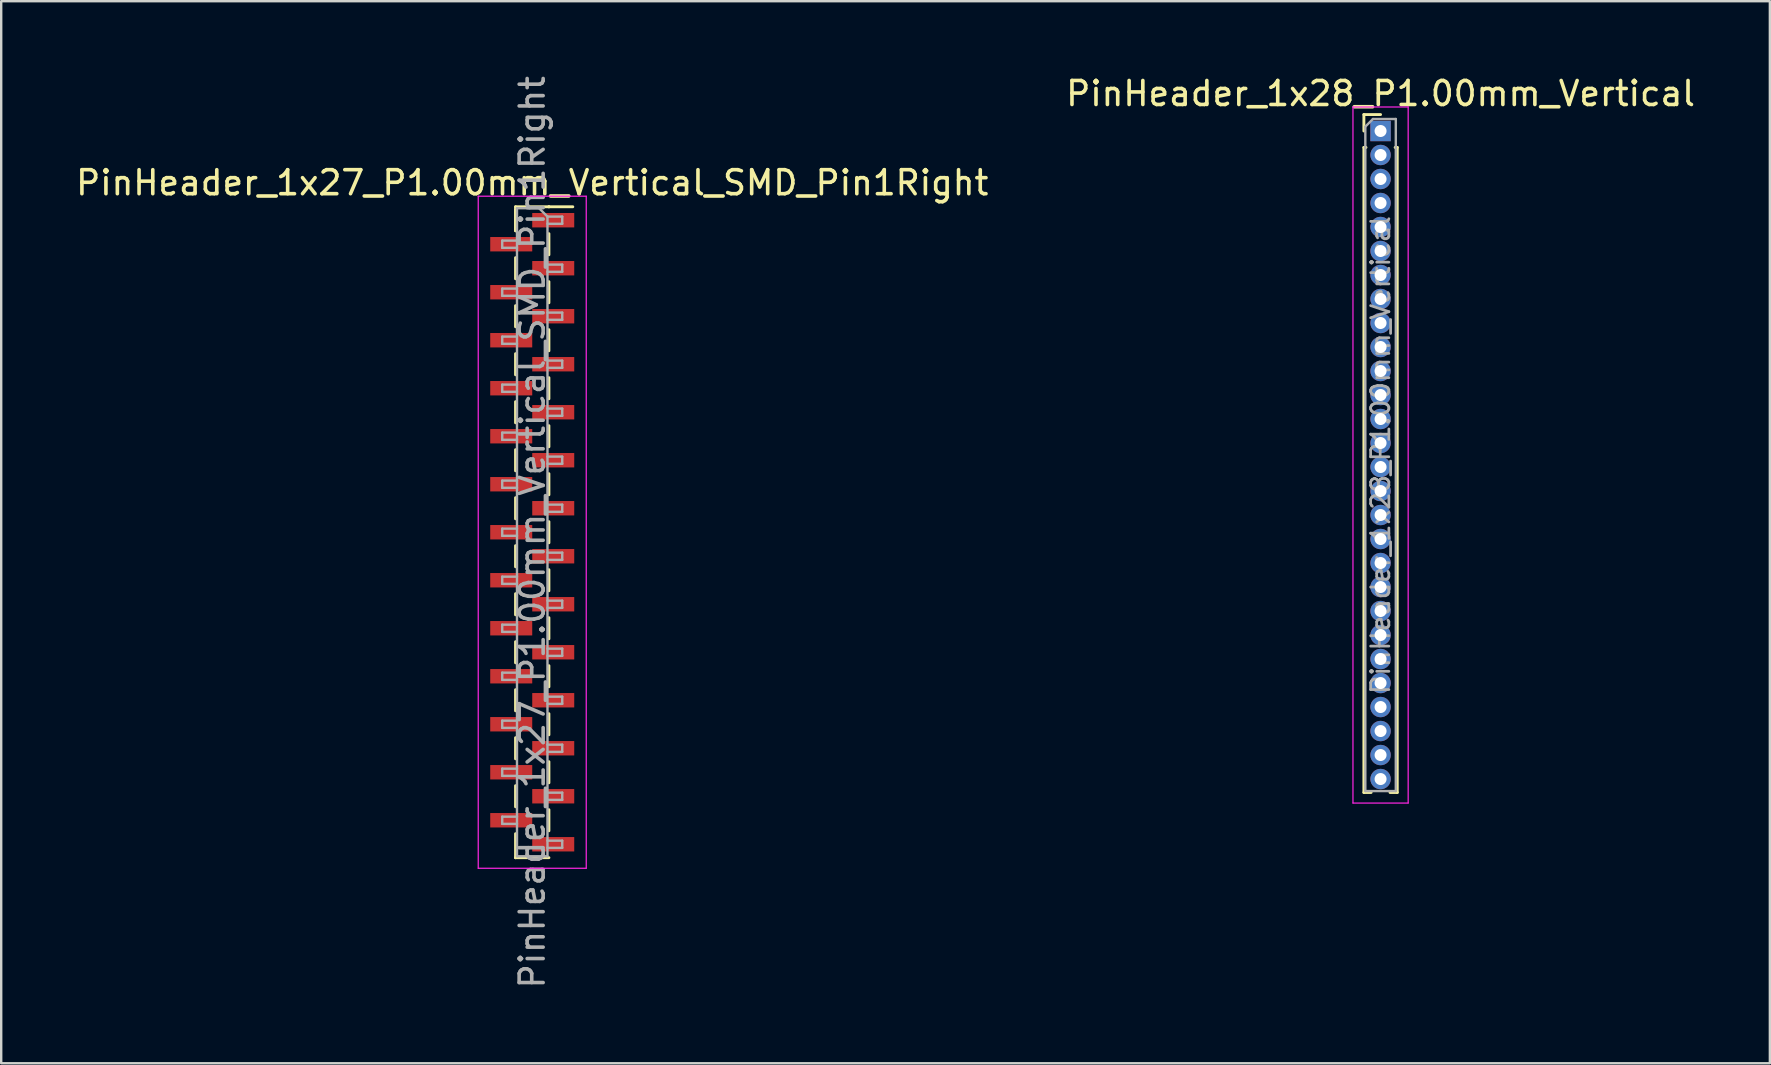
<source format=kicad_pcb>
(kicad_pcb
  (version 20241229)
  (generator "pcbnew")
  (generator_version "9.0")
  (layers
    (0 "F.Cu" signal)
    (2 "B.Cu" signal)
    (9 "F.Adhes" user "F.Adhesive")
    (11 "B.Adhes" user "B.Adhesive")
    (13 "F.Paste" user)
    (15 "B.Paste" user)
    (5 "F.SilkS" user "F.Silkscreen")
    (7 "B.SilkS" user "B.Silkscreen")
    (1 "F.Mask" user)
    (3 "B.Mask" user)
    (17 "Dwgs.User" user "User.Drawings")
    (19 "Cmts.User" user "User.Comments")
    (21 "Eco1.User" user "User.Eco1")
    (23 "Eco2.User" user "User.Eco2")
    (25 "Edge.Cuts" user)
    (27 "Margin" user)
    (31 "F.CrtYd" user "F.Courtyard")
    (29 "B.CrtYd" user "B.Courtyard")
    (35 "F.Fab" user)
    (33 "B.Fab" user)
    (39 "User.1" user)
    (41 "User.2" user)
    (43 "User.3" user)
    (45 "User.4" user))
  (footprint "PinHeader_1x28_P1.00mm_Vertical"
    (layer "F.Cu")
    (at 54.47 2.408)
    (property "Reference" "PinHeader_1x28_P1.00mm_Vertical" (at 0 -1.56 0) (layer "F.SilkS") (effects (font (size 1 1) (thickness 0.15))))
    (attr through_hole)
    (fp_line (start -0.695 -0.685) (end 0 -0.685) (stroke (width 0.12) (type solid)) (layer "F.SilkS"))
    (fp_line (start -0.695 0) (end -0.695 -0.685) (stroke (width 0.12) (type solid)) (layer "F.SilkS"))
    (fp_line (start -0.695 0.685) (end -0.695 27.56) (stroke (width 0.12) (type solid)) (layer "F.SilkS"))
    (fp_line (start -0.695 0.685) (end -0.608 0.685) (stroke (width 0.12) (type solid)) (layer "F.SilkS"))
    (fp_line (start -0.695 27.56) (end -0.394 27.56) (stroke (width 0.12) (type solid)) (layer "F.SilkS"))
    (fp_line (start 0.394 27.56) (end 0.695 27.56) (stroke (width 0.12) (type solid)) (layer "F.SilkS"))
    (fp_line (start 0.608 0.685) (end 0.695 0.685) (stroke (width 0.12) (type solid)) (layer "F.SilkS"))
    (fp_line (start 0.695 0.685) (end 0.695 27.56) (stroke (width 0.12) (type solid)) (layer "F.SilkS"))
    (fp_line (start -1.15 -1) (end -1.15 28) (stroke (width 0.05) (type solid)) (layer "F.CrtYd"))
    (fp_line (start -1.15 28) (end 1.15 28) (stroke (width 0.05) (type solid)) (layer "F.CrtYd"))
    (fp_line (start 1.15 -1) (end -1.15 -1) (stroke (width 0.05) (type solid)) (layer "F.CrtYd"))
    (fp_line (start 1.15 28) (end 1.15 -1) (stroke (width 0.05) (type solid)) (layer "F.CrtYd"))
    (fp_line (start -0.635 -0.182) (end -0.318 -0.5) (stroke (width 0.1) (type solid)) (layer "F.Fab"))
    (fp_line (start -0.635 27.5) (end -0.635 -0.182) (stroke (width 0.1) (type solid)) (layer "F.Fab"))
    (fp_line (start -0.318 -0.5) (end 0.635 -0.5) (stroke (width 0.1) (type solid)) (layer "F.Fab"))
    (fp_line (start 0.635 -0.5) (end 0.635 27.5) (stroke (width 0.1) (type solid)) (layer "F.Fab"))
    (fp_line (start 0.635 27.5) (end -0.635 27.5) (stroke (width 0.1) (type solid)) (layer "F.Fab"))
    (fp_text user "${REFERENCE}" (at 0 13.5 90) (layer "F.Fab") (effects (font (size 0.76 0.76) (thickness 0.114))))
    (pad "1" thru_hole rect (at 0 0) (size 0.85 0.85) (drill 0.5) (layers "*.Cu" "*.Mask"))
    (pad "2" thru_hole oval (at 0 1) (size 0.85 0.85) (drill 0.5) (layers "*.Cu" "*.Mask"))
    (pad "3" thru_hole oval (at 0 2) (size 0.85 0.85) (drill 0.5) (layers "*.Cu" "*.Mask"))
    (pad "4" thru_hole oval (at 0 3) (size 0.85 0.85) (drill 0.5) (layers "*.Cu" "*.Mask"))
    (pad "5" thru_hole oval (at 0 4) (size 0.85 0.85) (drill 0.5) (layers "*.Cu" "*.Mask"))
    (pad "6" thru_hole oval (at 0 5) (size 0.85 0.85) (drill 0.5) (layers "*.Cu" "*.Mask"))
    (pad "7" thru_hole oval (at 0 6) (size 0.85 0.85) (drill 0.5) (layers "*.Cu" "*.Mask"))
    (pad "8" thru_hole oval (at 0 7) (size 0.85 0.85) (drill 0.5) (layers "*.Cu" "*.Mask"))
    (pad "9" thru_hole oval (at 0 8) (size 0.85 0.85) (drill 0.5) (layers "*.Cu" "*.Mask"))
    (pad "10" thru_hole oval (at 0 9) (size 0.85 0.85) (drill 0.5) (layers "*.Cu" "*.Mask"))
    (pad "11" thru_hole oval (at 0 10) (size 0.85 0.85) (drill 0.5) (layers "*.Cu" "*.Mask"))
    (pad "12" thru_hole oval (at 0 11) (size 0.85 0.85) (drill 0.5) (layers "*.Cu" "*.Mask"))
    (pad "13" thru_hole oval (at 0 12) (size 0.85 0.85) (drill 0.5) (layers "*.Cu" "*.Mask"))
    (pad "14" thru_hole oval (at 0 13) (size 0.85 0.85) (drill 0.5) (layers "*.Cu" "*.Mask"))
    (pad "15" thru_hole oval (at 0 14) (size 0.85 0.85) (drill 0.5) (layers "*.Cu" "*.Mask"))
    (pad "16" thru_hole oval (at 0 15) (size 0.85 0.85) (drill 0.5) (layers "*.Cu" "*.Mask"))
    (pad "17" thru_hole oval (at 0 16) (size 0.85 0.85) (drill 0.5) (layers "*.Cu" "*.Mask"))
    (pad "18" thru_hole oval (at 0 17) (size 0.85 0.85) (drill 0.5) (layers "*.Cu" "*.Mask"))
    (pad "19" thru_hole oval (at 0 18) (size 0.85 0.85) (drill 0.5) (layers "*.Cu" "*.Mask"))
    (pad "20" thru_hole oval (at 0 19) (size 0.85 0.85) (drill 0.5) (layers "*.Cu" "*.Mask"))
    (pad "21" thru_hole oval (at 0 20) (size 0.85 0.85) (drill 0.5) (layers "*.Cu" "*.Mask"))
    (pad "22" thru_hole oval (at 0 21) (size 0.85 0.85) (drill 0.5) (layers "*.Cu" "*.Mask"))
    (pad "23" thru_hole oval (at 0 22) (size 0.85 0.85) (drill 0.5) (layers "*.Cu" "*.Mask"))
    (pad "24" thru_hole oval (at 0 23) (size 0.85 0.85) (drill 0.5) (layers "*.Cu" "*.Mask"))
    (pad "25" thru_hole oval (at 0 24) (size 0.85 0.85) (drill 0.5) (layers "*.Cu" "*.Mask"))
    (pad "26" thru_hole oval (at 0 25) (size 0.85 0.85) (drill 0.5) (layers "*.Cu" "*.Mask"))
    (pad "27" thru_hole oval (at 0 26) (size 0.85 0.85) (drill 0.5) (layers "*.Cu" "*.Mask"))
    (pad "28" thru_hole oval (at 0 27) (size 0.85 0.85) (drill 0.5) (layers "*.Cu" "*.Mask")))
  (footprint "PinHeader_1x27_P1.00mm_Vertical_SMD_Pin1Right"
    (layer "F.Cu")
    (at 19.125 19.125)
    (property "Reference" "PinHeader_1x27_P1.00mm_Vertical_SMD_Pin1Right" (at 0 -14.56 0) (layer "F.SilkS") (effects (font (size 1 1) (thickness 0.15))))
    (attr smd)
    (fp_line (start -0.695 -13.56) (end -0.695 -12.56) (stroke (width 0.12) (type solid)) (layer "F.SilkS"))
    (fp_line (start -0.695 -13.56) (end 0.695 -13.56) (stroke (width 0.12) (type solid)) (layer "F.SilkS"))
    (fp_line (start -0.695 -13.44) (end -0.695 -12.56) (stroke (width 0.12) (type solid)) (layer "F.SilkS"))
    (fp_line (start -0.695 -11.44) (end -0.695 -10.56) (stroke (width 0.12) (type solid)) (layer "F.SilkS"))
    (fp_line (start -0.695 -9.44) (end -0.695 -8.56) (stroke (width 0.12) (type solid)) (layer "F.SilkS"))
    (fp_line (start -0.695 -7.44) (end -0.695 -6.56) (stroke (width 0.12) (type solid)) (layer "F.SilkS"))
    (fp_line (start -0.695 -5.44) (end -0.695 -4.56) (stroke (width 0.12) (type solid)) (layer "F.SilkS"))
    (fp_line (start -0.695 -3.44) (end -0.695 -2.56) (stroke (width 0.12) (type solid)) (layer "F.SilkS"))
    (fp_line (start -0.695 -1.44) (end -0.695 -0.56) (stroke (width 0.12) (type solid)) (layer "F.SilkS"))
    (fp_line (start -0.695 0.56) (end -0.695 1.44) (stroke (width 0.12) (type solid)) (layer "F.SilkS"))
    (fp_line (start -0.695 2.56) (end -0.695 3.44) (stroke (width 0.12) (type solid)) (layer "F.SilkS"))
    (fp_line (start -0.695 4.56) (end -0.695 5.44) (stroke (width 0.12) (type solid)) (layer "F.SilkS"))
    (fp_line (start -0.695 6.56) (end -0.695 7.44) (stroke (width 0.12) (type solid)) (layer "F.SilkS"))
    (fp_line (start -0.695 8.56) (end -0.695 9.44) (stroke (width 0.12) (type solid)) (layer "F.SilkS"))
    (fp_line (start -0.695 10.56) (end -0.695 11.44) (stroke (width 0.12) (type solid)) (layer "F.SilkS"))
    (fp_line (start -0.695 12.56) (end -0.695 13.56) (stroke (width 0.12) (type solid)) (layer "F.SilkS"))
    (fp_line (start -0.695 13.56) (end -0.695 13.56) (stroke (width 0.12) (type solid)) (layer "F.SilkS"))
    (fp_line (start -0.695 13.56) (end 0.695 13.56) (stroke (width 0.12) (type solid)) (layer "F.SilkS"))
    (fp_line (start 0.695 -13.56) (end 0.695 -13.56) (stroke (width 0.12) (type solid)) (layer "F.SilkS"))
    (fp_line (start 0.695 -13.56) (end 1.69 -13.56) (stroke (width 0.12) (type solid)) (layer "F.SilkS"))
    (fp_line (start 0.695 -12.44) (end 0.695 -11.56) (stroke (width 0.12) (type solid)) (layer "F.SilkS"))
    (fp_line (start 0.695 -10.44) (end 0.695 -9.56) (stroke (width 0.12) (type solid)) (layer "F.SilkS"))
    (fp_line (start 0.695 -8.44) (end 0.695 -7.56) (stroke (width 0.12) (type solid)) (layer "F.SilkS"))
    (fp_line (start 0.695 -6.44) (end 0.695 -5.56) (stroke (width 0.12) (type solid)) (layer "F.SilkS"))
    (fp_line (start 0.695 -4.44) (end 0.695 -3.56) (stroke (width 0.12) (type solid)) (layer "F.SilkS"))
    (fp_line (start 0.695 -2.44) (end 0.695 -1.56) (stroke (width 0.12) (type solid)) (layer "F.SilkS"))
    (fp_line (start 0.695 -0.44) (end 0.695 0.44) (stroke (width 0.12) (type solid)) (layer "F.SilkS"))
    (fp_line (start 0.695 1.56) (end 0.695 2.44) (stroke (width 0.12) (type solid)) (layer "F.SilkS"))
    (fp_line (start 0.695 3.56) (end 0.695 4.44) (stroke (width 0.12) (type solid)) (layer "F.SilkS"))
    (fp_line (start 0.695 5.56) (end 0.695 6.44) (stroke (width 0.12) (type solid)) (layer "F.SilkS"))
    (fp_line (start 0.695 7.56) (end 0.695 8.44) (stroke (width 0.12) (type solid)) (layer "F.SilkS"))
    (fp_line (start 0.695 9.56) (end 0.695 10.44) (stroke (width 0.12) (type solid)) (layer "F.SilkS"))
    (fp_line (start 0.695 11.56) (end 0.695 12.44) (stroke (width 0.12) (type solid)) (layer "F.SilkS"))
    (fp_line (start -2.25 -14) (end -2.25 14) (stroke (width 0.05) (type solid)) (layer "F.CrtYd"))
    (fp_line (start -2.25 14) (end 2.25 14) (stroke (width 0.05) (type solid)) (layer "F.CrtYd"))
    (fp_line (start 2.25 -14) (end -2.25 -14) (stroke (width 0.05) (type solid)) (layer "F.CrtYd"))
    (fp_line (start 2.25 14) (end 2.25 -14) (stroke (width 0.05) (type solid)) (layer "F.CrtYd"))
    (fp_line (start -1.25 -12.15) (end -1.25 -11.85) (stroke (width 0.1) (type solid)) (layer "F.Fab"))
    (fp_line (start -1.25 -11.85) (end -0.635 -11.85) (stroke (width 0.1) (type solid)) (layer "F.Fab"))
    (fp_line (start -1.25 -10.15) (end -1.25 -9.85) (stroke (width 0.1) (type solid)) (layer "F.Fab"))
    (fp_line (start -1.25 -9.85) (end -0.635 -9.85) (stroke (width 0.1) (type solid)) (layer "F.Fab"))
    (fp_line (start -1.25 -8.15) (end -1.25 -7.85) (stroke (width 0.1) (type solid)) (layer "F.Fab"))
    (fp_line (start -1.25 -7.85) (end -0.635 -7.85) (stroke (width 0.1) (type solid)) (layer "F.Fab"))
    (fp_line (start -1.25 -6.15) (end -1.25 -5.85) (stroke (width 0.1) (type solid)) (layer "F.Fab"))
    (fp_line (start -1.25 -5.85) (end -0.635 -5.85) (stroke (width 0.1) (type solid)) (layer "F.Fab"))
    (fp_line (start -1.25 -4.15) (end -1.25 -3.85) (stroke (width 0.1) (type solid)) (layer "F.Fab"))
    (fp_line (start -1.25 -3.85) (end -0.635 -3.85) (stroke (width 0.1) (type solid)) (layer "F.Fab"))
    (fp_line (start -1.25 -2.15) (end -1.25 -1.85) (stroke (width 0.1) (type solid)) (layer "F.Fab"))
    (fp_line (start -1.25 -1.85) (end -0.635 -1.85) (stroke (width 0.1) (type solid)) (layer "F.Fab"))
    (fp_line (start -1.25 -0.15) (end -1.25 0.15) (stroke (width 0.1) (type solid)) (layer "F.Fab"))
    (fp_line (start -1.25 0.15) (end -0.635 0.15) (stroke (width 0.1) (type solid)) (layer "F.Fab"))
    (fp_line (start -1.25 1.85) (end -1.25 2.15) (stroke (width 0.1) (type solid)) (layer "F.Fab"))
    (fp_line (start -1.25 2.15) (end -0.635 2.15) (stroke (width 0.1) (type solid)) (layer "F.Fab"))
    (fp_line (start -1.25 3.85) (end -1.25 4.15) (stroke (width 0.1) (type solid)) (layer "F.Fab"))
    (fp_line (start -1.25 4.15) (end -0.635 4.15) (stroke (width 0.1) (type solid)) (layer "F.Fab"))
    (fp_line (start -1.25 5.85) (end -1.25 6.15) (stroke (width 0.1) (type solid)) (layer "F.Fab"))
    (fp_line (start -1.25 6.15) (end -0.635 6.15) (stroke (width 0.1) (type solid)) (layer "F.Fab"))
    (fp_line (start -1.25 7.85) (end -1.25 8.15) (stroke (width 0.1) (type solid)) (layer "F.Fab"))
    (fp_line (start -1.25 8.15) (end -0.635 8.15) (stroke (width 0.1) (type solid)) (layer "F.Fab"))
    (fp_line (start -1.25 9.85) (end -1.25 10.15) (stroke (width 0.1) (type solid)) (layer "F.Fab"))
    (fp_line (start -1.25 10.15) (end -0.635 10.15) (stroke (width 0.1) (type solid)) (layer "F.Fab"))
    (fp_line (start -1.25 11.85) (end -1.25 12.15) (stroke (width 0.1) (type solid)) (layer "F.Fab"))
    (fp_line (start -1.25 12.15) (end -0.635 12.15) (stroke (width 0.1) (type solid)) (layer "F.Fab"))
    (fp_line (start -0.635 -13.5) (end -0.635 13.5) (stroke (width 0.1) (type solid)) (layer "F.Fab"))
    (fp_line (start -0.635 -13.5) (end 0.285 -13.5) (stroke (width 0.1) (type solid)) (layer "F.Fab"))
    (fp_line (start -0.635 -12.15) (end -1.25 -12.15) (stroke (width 0.1) (type solid)) (layer "F.Fab"))
    (fp_line (start -0.635 -10.15) (end -1.25 -10.15) (stroke (width 0.1) (type solid)) (layer "F.Fab"))
    (fp_line (start -0.635 -8.15) (end -1.25 -8.15) (stroke (width 0.1) (type solid)) (layer "F.Fab"))
    (fp_line (start -0.635 -6.15) (end -1.25 -6.15) (stroke (width 0.1) (type solid)) (layer "F.Fab"))
    (fp_line (start -0.635 -4.15) (end -1.25 -4.15) (stroke (width 0.1) (type solid)) (layer "F.Fab"))
    (fp_line (start -0.635 -2.15) (end -1.25 -2.15) (stroke (width 0.1) (type solid)) (layer "F.Fab"))
    (fp_line (start -0.635 -0.15) (end -1.25 -0.15) (stroke (width 0.1) (type solid)) (layer "F.Fab"))
    (fp_line (start -0.635 1.85) (end -1.25 1.85) (stroke (width 0.1) (type solid)) (layer "F.Fab"))
    (fp_line (start -0.635 3.85) (end -1.25 3.85) (stroke (width 0.1) (type solid)) (layer "F.Fab"))
    (fp_line (start -0.635 5.85) (end -1.25 5.85) (stroke (width 0.1) (type solid)) (layer "F.Fab"))
    (fp_line (start -0.635 7.85) (end -1.25 7.85) (stroke (width 0.1) (type solid)) (layer "F.Fab"))
    (fp_line (start -0.635 9.85) (end -1.25 9.85) (stroke (width 0.1) (type solid)) (layer "F.Fab"))
    (fp_line (start -0.635 11.85) (end -1.25 11.85) (stroke (width 0.1) (type solid)) (layer "F.Fab"))
    (fp_line (start 0.635 -13.15) (end 0.285 -13.5) (stroke (width 0.1) (type solid)) (layer "F.Fab"))
    (fp_line (start 0.635 -13.15) (end 1.25 -13.15) (stroke (width 0.1) (type solid)) (layer "F.Fab"))
    (fp_line (start 0.635 -11.15) (end 1.25 -11.15) (stroke (width 0.1) (type solid)) (layer "F.Fab"))
    (fp_line (start 0.635 -9.15) (end 1.25 -9.15) (stroke (width 0.1) (type solid)) (layer "F.Fab"))
    (fp_line (start 0.635 -7.15) (end 1.25 -7.15) (stroke (width 0.1) (type solid)) (layer "F.Fab"))
    (fp_line (start 0.635 -5.15) (end 1.25 -5.15) (stroke (width 0.1) (type solid)) (layer "F.Fab"))
    (fp_line (start 0.635 -3.15) (end 1.25 -3.15) (stroke (width 0.1) (type solid)) (layer "F.Fab"))
    (fp_line (start 0.635 -1.15) (end 1.25 -1.15) (stroke (width 0.1) (type solid)) (layer "F.Fab"))
    (fp_line (start 0.635 0.85) (end 1.25 0.85) (stroke (width 0.1) (type solid)) (layer "F.Fab"))
    (fp_line (start 0.635 2.85) (end 1.25 2.85) (stroke (width 0.1) (type solid)) (layer "F.Fab"))
    (fp_line (start 0.635 4.85) (end 1.25 4.85) (stroke (width 0.1) (type solid)) (layer "F.Fab"))
    (fp_line (start 0.635 6.85) (end 1.25 6.85) (stroke (width 0.1) (type solid)) (layer "F.Fab"))
    (fp_line (start 0.635 8.85) (end 1.25 8.85) (stroke (width 0.1) (type solid)) (layer "F.Fab"))
    (fp_line (start 0.635 10.85) (end 1.25 10.85) (stroke (width 0.1) (type solid)) (layer "F.Fab"))
    (fp_line (start 0.635 12.85) (end 1.25 12.85) (stroke (width 0.1) (type solid)) (layer "F.Fab"))
    (fp_line (start 0.635 13.5) (end -0.635 13.5) (stroke (width 0.1) (type solid)) (layer "F.Fab"))
    (fp_line (start 0.635 13.5) (end 0.635 -13.15) (stroke (width 0.1) (type solid)) (layer "F.Fab"))
    (fp_line (start 1.25 -13.15) (end 1.25 -12.85) (stroke (width 0.1) (type solid)) (layer "F.Fab"))
    (fp_line (start 1.25 -12.85) (end 0.635 -12.85) (stroke (width 0.1) (type solid)) (layer "F.Fab"))
    (fp_line (start 1.25 -11.15) (end 1.25 -10.85) (stroke (width 0.1) (type solid)) (layer "F.Fab"))
    (fp_line (start 1.25 -10.85) (end 0.635 -10.85) (stroke (width 0.1) (type solid)) (layer "F.Fab"))
    (fp_line (start 1.25 -9.15) (end 1.25 -8.85) (stroke (width 0.1) (type solid)) (layer "F.Fab"))
    (fp_line (start 1.25 -8.85) (end 0.635 -8.85) (stroke (width 0.1) (type solid)) (layer "F.Fab"))
    (fp_line (start 1.25 -7.15) (end 1.25 -6.85) (stroke (width 0.1) (type solid)) (layer "F.Fab"))
    (fp_line (start 1.25 -6.85) (end 0.635 -6.85) (stroke (width 0.1) (type solid)) (layer "F.Fab"))
    (fp_line (start 1.25 -5.15) (end 1.25 -4.85) (stroke (width 0.1) (type solid)) (layer "F.Fab"))
    (fp_line (start 1.25 -4.85) (end 0.635 -4.85) (stroke (width 0.1) (type solid)) (layer "F.Fab"))
    (fp_line (start 1.25 -3.15) (end 1.25 -2.85) (stroke (width 0.1) (type solid)) (layer "F.Fab"))
    (fp_line (start 1.25 -2.85) (end 0.635 -2.85) (stroke (width 0.1) (type solid)) (layer "F.Fab"))
    (fp_line (start 1.25 -1.15) (end 1.25 -0.85) (stroke (width 0.1) (type solid)) (layer "F.Fab"))
    (fp_line (start 1.25 -0.85) (end 0.635 -0.85) (stroke (width 0.1) (type solid)) (layer "F.Fab"))
    (fp_line (start 1.25 0.85) (end 1.25 1.15) (stroke (width 0.1) (type solid)) (layer "F.Fab"))
    (fp_line (start 1.25 1.15) (end 0.635 1.15) (stroke (width 0.1) (type solid)) (layer "F.Fab"))
    (fp_line (start 1.25 2.85) (end 1.25 3.15) (stroke (width 0.1) (type solid)) (layer "F.Fab"))
    (fp_line (start 1.25 3.15) (end 0.635 3.15) (stroke (width 0.1) (type solid)) (layer "F.Fab"))
    (fp_line (start 1.25 4.85) (end 1.25 5.15) (stroke (width 0.1) (type solid)) (layer "F.Fab"))
    (fp_line (start 1.25 5.15) (end 0.635 5.15) (stroke (width 0.1) (type solid)) (layer "F.Fab"))
    (fp_line (start 1.25 6.85) (end 1.25 7.15) (stroke (width 0.1) (type solid)) (layer "F.Fab"))
    (fp_line (start 1.25 7.15) (end 0.635 7.15) (stroke (width 0.1) (type solid)) (layer "F.Fab"))
    (fp_line (start 1.25 8.85) (end 1.25 9.15) (stroke (width 0.1) (type solid)) (layer "F.Fab"))
    (fp_line (start 1.25 9.15) (end 0.635 9.15) (stroke (width 0.1) (type solid)) (layer "F.Fab"))
    (fp_line (start 1.25 10.85) (end 1.25 11.15) (stroke (width 0.1) (type solid)) (layer "F.Fab"))
    (fp_line (start 1.25 11.15) (end 0.635 11.15) (stroke (width 0.1) (type solid)) (layer "F.Fab"))
    (fp_line (start 1.25 12.85) (end 1.25 13.15) (stroke (width 0.1) (type solid)) (layer "F.Fab"))
    (fp_line (start 1.25 13.15) (end 0.635 13.15) (stroke (width 0.1) (type solid)) (layer "F.Fab"))
    (fp_text user "${REFERENCE}" (at 0 0 90) (layer "F.Fab") (effects (font (size 1 1) (thickness 0.15))))
    (pad "1" smd rect (at 0.875 -13) (size 1.75 0.6) (layers "F.Cu" "F.Mask" "F.Paste"))
    (pad "2" smd rect (at -0.875 -12) (size 1.75 0.6) (layers "F.Cu" "F.Mask" "F.Paste"))
    (pad "3" smd rect (at 0.875 -11) (size 1.75 0.6) (layers "F.Cu" "F.Mask" "F.Paste"))
    (pad "4" smd rect (at -0.875 -10) (size 1.75 0.6) (layers "F.Cu" "F.Mask" "F.Paste"))
    (pad "5" smd rect (at 0.875 -9) (size 1.75 0.6) (layers "F.Cu" "F.Mask" "F.Paste"))
    (pad "6" smd rect (at -0.875 -8) (size 1.75 0.6) (layers "F.Cu" "F.Mask" "F.Paste"))
    (pad "7" smd rect (at 0.875 -7) (size 1.75 0.6) (layers "F.Cu" "F.Mask" "F.Paste"))
    (pad "8" smd rect (at -0.875 -6) (size 1.75 0.6) (layers "F.Cu" "F.Mask" "F.Paste"))
    (pad "9" smd rect (at 0.875 -5) (size 1.75 0.6) (layers "F.Cu" "F.Mask" "F.Paste"))
    (pad "10" smd rect (at -0.875 -4) (size 1.75 0.6) (layers "F.Cu" "F.Mask" "F.Paste"))
    (pad "11" smd rect (at 0.875 -3) (size 1.75 0.6) (layers "F.Cu" "F.Mask" "F.Paste"))
    (pad "12" smd rect (at -0.875 -2) (size 1.75 0.6) (layers "F.Cu" "F.Mask" "F.Paste"))
    (pad "13" smd rect (at 0.875 -1) (size 1.75 0.6) (layers "F.Cu" "F.Mask" "F.Paste"))
    (pad "14" smd rect (at -0.875 0) (size 1.75 0.6) (layers "F.Cu" "F.Mask" "F.Paste"))
    (pad "15" smd rect (at 0.875 1) (size 1.75 0.6) (layers "F.Cu" "F.Mask" "F.Paste"))
    (pad "16" smd rect (at -0.875 2) (size 1.75 0.6) (layers "F.Cu" "F.Mask" "F.Paste"))
    (pad "17" smd rect (at 0.875 3) (size 1.75 0.6) (layers "F.Cu" "F.Mask" "F.Paste"))
    (pad "18" smd rect (at -0.875 4) (size 1.75 0.6) (layers "F.Cu" "F.Mask" "F.Paste"))
    (pad "19" smd rect (at 0.875 5) (size 1.75 0.6) (layers "F.Cu" "F.Mask" "F.Paste"))
    (pad "20" smd rect (at -0.875 6) (size 1.75 0.6) (layers "F.Cu" "F.Mask" "F.Paste"))
    (pad "21" smd rect (at 0.875 7) (size 1.75 0.6) (layers "F.Cu" "F.Mask" "F.Paste"))
    (pad "22" smd rect (at -0.875 8) (size 1.75 0.6) (layers "F.Cu" "F.Mask" "F.Paste"))
    (pad "23" smd rect (at 0.875 9) (size 1.75 0.6) (layers "F.Cu" "F.Mask" "F.Paste"))
    (pad "24" smd rect (at -0.875 10) (size 1.75 0.6) (layers "F.Cu" "F.Mask" "F.Paste"))
    (pad "25" smd rect (at 0.875 11) (size 1.75 0.6) (layers "F.Cu" "F.Mask" "F.Paste"))
    (pad "26" smd rect (at -0.875 12) (size 1.75 0.6) (layers "F.Cu" "F.Mask" "F.Paste"))
    (pad "27" smd rect (at 0.875 13) (size 1.75 0.6) (layers "F.Cu" "F.Mask" "F.Paste")))
  (gr_rect
    (start -3 -3)
    (end 70.69 41.25)
    (stroke (width 0.1) (type default))
    (fill no)
    (layer "Edge.Cuts")))
</source>
